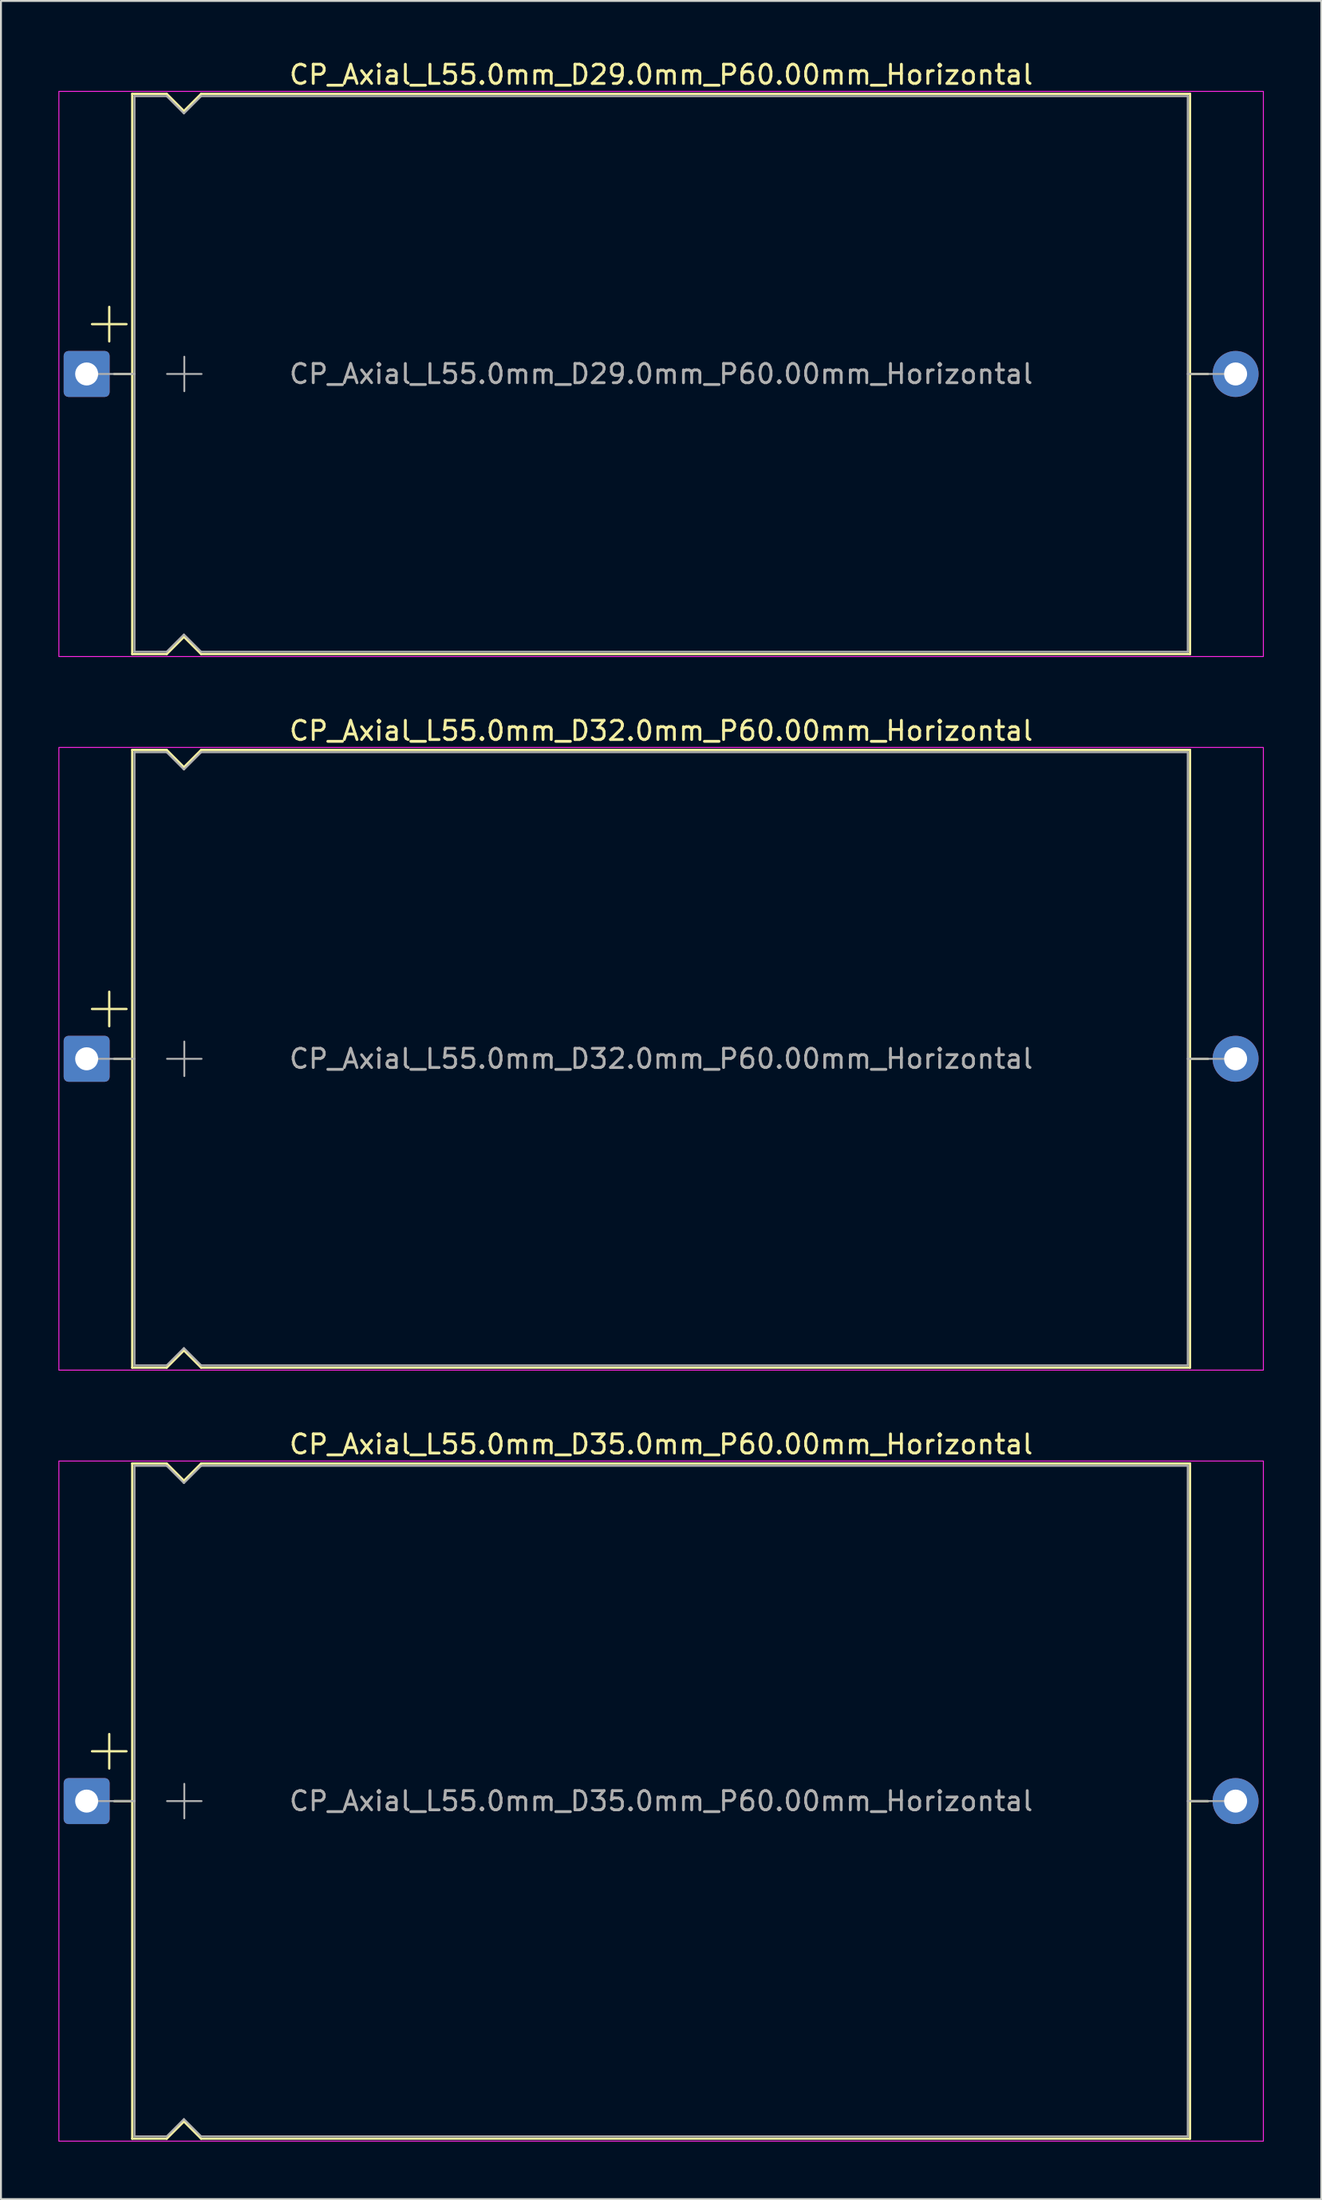
<source format=kicad_pcb>
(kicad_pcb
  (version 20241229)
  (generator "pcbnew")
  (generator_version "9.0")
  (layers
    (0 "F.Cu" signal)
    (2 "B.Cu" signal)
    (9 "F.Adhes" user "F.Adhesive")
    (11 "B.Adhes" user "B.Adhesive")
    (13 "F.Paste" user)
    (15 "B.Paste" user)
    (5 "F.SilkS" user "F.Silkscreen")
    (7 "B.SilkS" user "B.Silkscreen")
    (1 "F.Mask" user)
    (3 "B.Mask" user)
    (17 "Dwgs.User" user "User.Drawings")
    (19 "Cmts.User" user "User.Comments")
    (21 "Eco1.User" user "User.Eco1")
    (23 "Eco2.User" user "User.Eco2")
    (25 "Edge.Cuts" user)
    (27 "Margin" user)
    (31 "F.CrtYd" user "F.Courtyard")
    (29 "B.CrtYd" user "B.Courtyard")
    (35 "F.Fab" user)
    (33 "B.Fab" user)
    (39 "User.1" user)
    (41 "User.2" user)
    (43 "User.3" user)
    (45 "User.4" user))
  (footprint "CP_Axial_L55.0mm_D29.0mm_P60.00mm_Horizontal"
    (layer "F.Cu")
    (at 1.475 16.468)
    (property "Reference" "CP_Axial_L55.0mm_D29.0mm_P60.00mm_Horizontal" (at 30 -15.62 0) (layer "F.SilkS") (effects (font (size 1 1) (thickness 0.15))))
    (attr through_hole)
    (fp_line (start 0.28 -2.6) (end 2.08 -2.6) (stroke (width 0.12) (type solid)) (layer "F.SilkS"))
    (fp_line (start 1.18 -3.5) (end 1.18 -1.7) (stroke (width 0.12) (type solid)) (layer "F.SilkS"))
    (fp_line (start 1.44 0) (end 2.38 0) (stroke (width 0.12) (type solid)) (layer "F.SilkS"))
    (fp_line (start 2.38 -14.62) (end 2.38 14.62) (stroke (width 0.12) (type solid)) (layer "F.SilkS"))
    (fp_line (start 2.38 -14.62) (end 4.18 -14.62) (stroke (width 0.12) (type solid)) (layer "F.SilkS"))
    (fp_line (start 2.38 14.62) (end 4.18 14.62) (stroke (width 0.12) (type solid)) (layer "F.SilkS"))
    (fp_line (start 4.18 -14.62) (end 5.08 -13.72) (stroke (width 0.12) (type solid)) (layer "F.SilkS"))
    (fp_line (start 4.18 14.62) (end 5.08 13.72) (stroke (width 0.12) (type solid)) (layer "F.SilkS"))
    (fp_line (start 5.08 -13.72) (end 5.98 -14.62) (stroke (width 0.12) (type solid)) (layer "F.SilkS"))
    (fp_line (start 5.08 13.72) (end 5.98 14.62) (stroke (width 0.12) (type solid)) (layer "F.SilkS"))
    (fp_line (start 5.98 -14.62) (end 57.62 -14.62) (stroke (width 0.12) (type solid)) (layer "F.SilkS"))
    (fp_line (start 5.98 14.62) (end 57.62 14.62) (stroke (width 0.12) (type solid)) (layer "F.SilkS"))
    (fp_line (start 57.62 -14.62) (end 57.62 14.62) (stroke (width 0.12) (type solid)) (layer "F.SilkS"))
    (fp_line (start 58.56 0) (end 57.62 0) (stroke (width 0.12) (type solid)) (layer "F.SilkS"))
    (fp_rect (start -1.45 -14.75) (end 61.45 14.75) (stroke (width 0.05) (type solid)) (fill no) (layer "F.CrtYd"))
    (fp_line (start 0 0) (end 2.5 0) (stroke (width 0.1) (type solid)) (layer "F.Fab"))
    (fp_line (start 2.5 -14.5) (end 2.5 14.5) (stroke (width 0.1) (type solid)) (layer "F.Fab"))
    (fp_line (start 2.5 -14.5) (end 4.18 -14.5) (stroke (width 0.1) (type solid)) (layer "F.Fab"))
    (fp_line (start 2.5 14.5) (end 4.18 14.5) (stroke (width 0.1) (type solid)) (layer "F.Fab"))
    (fp_line (start 4.18 -14.5) (end 5.08 -13.6) (stroke (width 0.1) (type solid)) (layer "F.Fab"))
    (fp_line (start 4.18 14.5) (end 5.08 13.6) (stroke (width 0.1) (type solid)) (layer "F.Fab"))
    (fp_line (start 4.2 0) (end 6 0) (stroke (width 0.1) (type solid)) (layer "F.Fab"))
    (fp_line (start 5.08 -13.6) (end 5.98 -14.5) (stroke (width 0.1) (type solid)) (layer "F.Fab"))
    (fp_line (start 5.08 13.6) (end 5.98 14.5) (stroke (width 0.1) (type solid)) (layer "F.Fab"))
    (fp_line (start 5.1 -0.9) (end 5.1 0.9) (stroke (width 0.1) (type solid)) (layer "F.Fab"))
    (fp_line (start 5.98 -14.5) (end 57.5 -14.5) (stroke (width 0.1) (type solid)) (layer "F.Fab"))
    (fp_line (start 5.98 14.5) (end 57.5 14.5) (stroke (width 0.1) (type solid)) (layer "F.Fab"))
    (fp_line (start 57.5 -14.5) (end 57.5 14.5) (stroke (width 0.1) (type solid)) (layer "F.Fab"))
    (fp_line (start 60 0) (end 57.5 0) (stroke (width 0.1) (type solid)) (layer "F.Fab"))
    (fp_text user "${REFERENCE}" (at 30 0 0) (layer "F.Fab") (effects (font (size 1 1) (thickness 0.15))))
    (pad "1" thru_hole roundrect (at 0 0) (size 2.4 2.4) (drill 1.2) (layers "*.Cu" "*.Mask") (roundrect_rratio 0.104))
    (pad "2" thru_hole circle (at 60 0) (size 2.4 2.4) (drill 1.2) (layers "*.Cu" "*.Mask")))
  (footprint "CP_Axial_L55.0mm_D32.0mm_P60.00mm_Horizontal"
    (layer "F.Cu")
    (at 1.475 52.212)
    (property "Reference" "CP_Axial_L55.0mm_D32.0mm_P60.00mm_Horizontal" (at 30 -17.12 0) (layer "F.SilkS") (effects (font (size 1 1) (thickness 0.15))))
    (attr through_hole)
    (fp_line (start 0.28 -2.6) (end 2.08 -2.6) (stroke (width 0.12) (type solid)) (layer "F.SilkS"))
    (fp_line (start 1.18 -3.5) (end 1.18 -1.7) (stroke (width 0.12) (type solid)) (layer "F.SilkS"))
    (fp_line (start 1.44 0) (end 2.38 0) (stroke (width 0.12) (type solid)) (layer "F.SilkS"))
    (fp_line (start 2.38 -16.12) (end 2.38 16.12) (stroke (width 0.12) (type solid)) (layer "F.SilkS"))
    (fp_line (start 2.38 -16.12) (end 4.18 -16.12) (stroke (width 0.12) (type solid)) (layer "F.SilkS"))
    (fp_line (start 2.38 16.12) (end 4.18 16.12) (stroke (width 0.12) (type solid)) (layer "F.SilkS"))
    (fp_line (start 4.18 -16.12) (end 5.08 -15.22) (stroke (width 0.12) (type solid)) (layer "F.SilkS"))
    (fp_line (start 4.18 16.12) (end 5.08 15.22) (stroke (width 0.12) (type solid)) (layer "F.SilkS"))
    (fp_line (start 5.08 -15.22) (end 5.98 -16.12) (stroke (width 0.12) (type solid)) (layer "F.SilkS"))
    (fp_line (start 5.08 15.22) (end 5.98 16.12) (stroke (width 0.12) (type solid)) (layer "F.SilkS"))
    (fp_line (start 5.98 -16.12) (end 57.62 -16.12) (stroke (width 0.12) (type solid)) (layer "F.SilkS"))
    (fp_line (start 5.98 16.12) (end 57.62 16.12) (stroke (width 0.12) (type solid)) (layer "F.SilkS"))
    (fp_line (start 57.62 -16.12) (end 57.62 16.12) (stroke (width 0.12) (type solid)) (layer "F.SilkS"))
    (fp_line (start 58.56 0) (end 57.62 0) (stroke (width 0.12) (type solid)) (layer "F.SilkS"))
    (fp_rect (start -1.45 -16.25) (end 61.45 16.25) (stroke (width 0.05) (type solid)) (fill no) (layer "F.CrtYd"))
    (fp_line (start 0 0) (end 2.5 0) (stroke (width 0.1) (type solid)) (layer "F.Fab"))
    (fp_line (start 2.5 -16) (end 2.5 16) (stroke (width 0.1) (type solid)) (layer "F.Fab"))
    (fp_line (start 2.5 -16) (end 4.18 -16) (stroke (width 0.1) (type solid)) (layer "F.Fab"))
    (fp_line (start 2.5 16) (end 4.18 16) (stroke (width 0.1) (type solid)) (layer "F.Fab"))
    (fp_line (start 4.18 -16) (end 5.08 -15.1) (stroke (width 0.1) (type solid)) (layer "F.Fab"))
    (fp_line (start 4.18 16) (end 5.08 15.1) (stroke (width 0.1) (type solid)) (layer "F.Fab"))
    (fp_line (start 4.2 0) (end 6 0) (stroke (width 0.1) (type solid)) (layer "F.Fab"))
    (fp_line (start 5.08 -15.1) (end 5.98 -16) (stroke (width 0.1) (type solid)) (layer "F.Fab"))
    (fp_line (start 5.08 15.1) (end 5.98 16) (stroke (width 0.1) (type solid)) (layer "F.Fab"))
    (fp_line (start 5.1 -0.9) (end 5.1 0.9) (stroke (width 0.1) (type solid)) (layer "F.Fab"))
    (fp_line (start 5.98 -16) (end 57.5 -16) (stroke (width 0.1) (type solid)) (layer "F.Fab"))
    (fp_line (start 5.98 16) (end 57.5 16) (stroke (width 0.1) (type solid)) (layer "F.Fab"))
    (fp_line (start 57.5 -16) (end 57.5 16) (stroke (width 0.1) (type solid)) (layer "F.Fab"))
    (fp_line (start 60 0) (end 57.5 0) (stroke (width 0.1) (type solid)) (layer "F.Fab"))
    (fp_text user "${REFERENCE}" (at 30 0 0) (layer "F.Fab") (effects (font (size 1 1) (thickness 0.15))))
    (pad "1" thru_hole roundrect (at 0 0) (size 2.4 2.4) (drill 1.2) (layers "*.Cu" "*.Mask") (roundrect_rratio 0.104))
    (pad "2" thru_hole circle (at 60 0) (size 2.4 2.4) (drill 1.2) (layers "*.Cu" "*.Mask")))
  (footprint "CP_Axial_L55.0mm_D35.0mm_P60.00mm_Horizontal"
    (layer "F.Cu")
    (at 1.475 90.955)
    (property "Reference" "CP_Axial_L55.0mm_D35.0mm_P60.00mm_Horizontal" (at 30 -18.62 0) (layer "F.SilkS") (effects (font (size 1 1) (thickness 0.15))))
    (attr through_hole)
    (fp_line (start 0.28 -2.6) (end 2.08 -2.6) (stroke (width 0.12) (type solid)) (layer "F.SilkS"))
    (fp_line (start 1.18 -3.5) (end 1.18 -1.7) (stroke (width 0.12) (type solid)) (layer "F.SilkS"))
    (fp_line (start 1.44 0) (end 2.38 0) (stroke (width 0.12) (type solid)) (layer "F.SilkS"))
    (fp_line (start 2.38 -17.62) (end 2.38 17.62) (stroke (width 0.12) (type solid)) (layer "F.SilkS"))
    (fp_line (start 2.38 -17.62) (end 4.18 -17.62) (stroke (width 0.12) (type solid)) (layer "F.SilkS"))
    (fp_line (start 2.38 17.62) (end 4.18 17.62) (stroke (width 0.12) (type solid)) (layer "F.SilkS"))
    (fp_line (start 4.18 -17.62) (end 5.08 -16.72) (stroke (width 0.12) (type solid)) (layer "F.SilkS"))
    (fp_line (start 4.18 17.62) (end 5.08 16.72) (stroke (width 0.12) (type solid)) (layer "F.SilkS"))
    (fp_line (start 5.08 -16.72) (end 5.98 -17.62) (stroke (width 0.12) (type solid)) (layer "F.SilkS"))
    (fp_line (start 5.08 16.72) (end 5.98 17.62) (stroke (width 0.12) (type solid)) (layer "F.SilkS"))
    (fp_line (start 5.98 -17.62) (end 57.62 -17.62) (stroke (width 0.12) (type solid)) (layer "F.SilkS"))
    (fp_line (start 5.98 17.62) (end 57.62 17.62) (stroke (width 0.12) (type solid)) (layer "F.SilkS"))
    (fp_line (start 57.62 -17.62) (end 57.62 17.62) (stroke (width 0.12) (type solid)) (layer "F.SilkS"))
    (fp_line (start 58.56 0) (end 57.62 0) (stroke (width 0.12) (type solid)) (layer "F.SilkS"))
    (fp_rect (start -1.45 -17.75) (end 61.45 17.75) (stroke (width 0.05) (type solid)) (fill no) (layer "F.CrtYd"))
    (fp_line (start 0 0) (end 2.5 0) (stroke (width 0.1) (type solid)) (layer "F.Fab"))
    (fp_line (start 2.5 -17.5) (end 2.5 17.5) (stroke (width 0.1) (type solid)) (layer "F.Fab"))
    (fp_line (start 2.5 -17.5) (end 4.18 -17.5) (stroke (width 0.1) (type solid)) (layer "F.Fab"))
    (fp_line (start 2.5 17.5) (end 4.18 17.5) (stroke (width 0.1) (type solid)) (layer "F.Fab"))
    (fp_line (start 4.18 -17.5) (end 5.08 -16.6) (stroke (width 0.1) (type solid)) (layer "F.Fab"))
    (fp_line (start 4.18 17.5) (end 5.08 16.6) (stroke (width 0.1) (type solid)) (layer "F.Fab"))
    (fp_line (start 4.2 0) (end 6 0) (stroke (width 0.1) (type solid)) (layer "F.Fab"))
    (fp_line (start 5.08 -16.6) (end 5.98 -17.5) (stroke (width 0.1) (type solid)) (layer "F.Fab"))
    (fp_line (start 5.08 16.6) (end 5.98 17.5) (stroke (width 0.1) (type solid)) (layer "F.Fab"))
    (fp_line (start 5.1 -0.9) (end 5.1 0.9) (stroke (width 0.1) (type solid)) (layer "F.Fab"))
    (fp_line (start 5.98 -17.5) (end 57.5 -17.5) (stroke (width 0.1) (type solid)) (layer "F.Fab"))
    (fp_line (start 5.98 17.5) (end 57.5 17.5) (stroke (width 0.1) (type solid)) (layer "F.Fab"))
    (fp_line (start 57.5 -17.5) (end 57.5 17.5) (stroke (width 0.1) (type solid)) (layer "F.Fab"))
    (fp_line (start 60 0) (end 57.5 0) (stroke (width 0.1) (type solid)) (layer "F.Fab"))
    (fp_text user "${REFERENCE}" (at 30 0 0) (layer "F.Fab") (effects (font (size 1 1) (thickness 0.15))))
    (pad "1" thru_hole roundrect (at 0 0) (size 2.4 2.4) (drill 1.2) (layers "*.Cu" "*.Mask") (roundrect_rratio 0.104))
    (pad "2" thru_hole circle (at 60 0) (size 2.4 2.4) (drill 1.2) (layers "*.Cu" "*.Mask")))
  (gr_rect
    (start -3 -3)
    (end 65.95 111.73)
    (stroke (width 0.1) (type default))
    (fill no)
    (layer "Edge.Cuts")))
</source>
